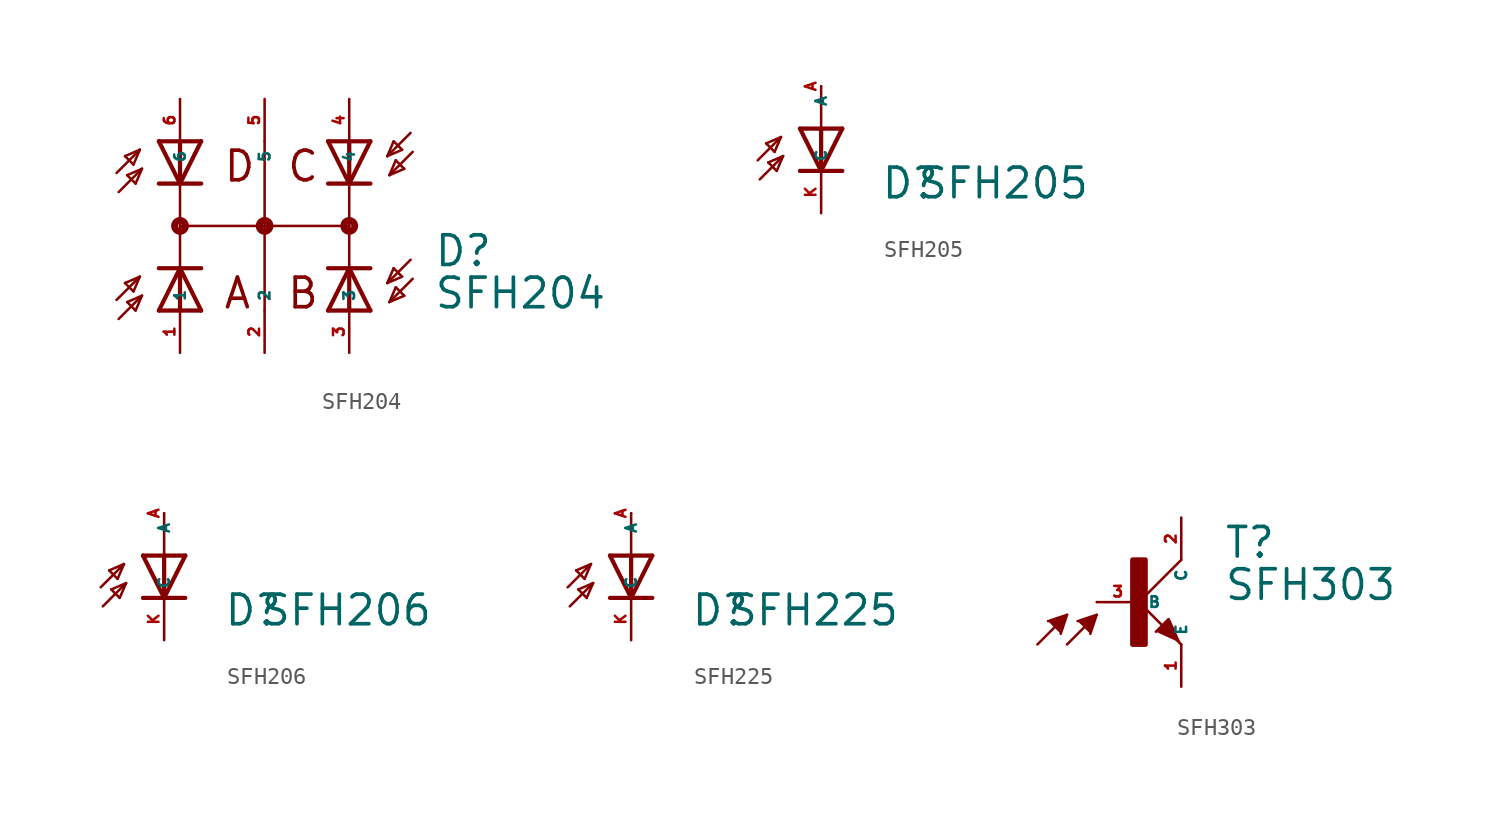
<source format=kicad_sym>
(kicad_symbol_lib
  (version 20220914)
  (generator Eagle2Kicad)
  (symbol "SFH204"
    (property "Reference" "D"
      (at 10.135 -2.54 0)
      (effects (font (size 1.778 1.778) (thickness 0.22)) (justify left bottom)))
    (property "Value" "SFH204"
      (at 10.135 -5.08 0)
      (effects (font (size 1.778 1.778) (thickness 0.22)) (justify left bottom)))
    (polyline
      (pts (xy -6.35 5.08) (xy -5.08 2.54))
      (stroke (width 0.254) (type default))
      (fill (type none)))
    (polyline
      (pts (xy -5.08 2.54) (xy -3.81 5.08))
      (stroke (width 0.254) (type default))
      (fill (type none)))
    (polyline
      (pts (xy -3.81 2.54) (xy -5.08 2.54))
      (stroke (width 0.254) (type default))
      (fill (type none)))
    (polyline
      (pts (xy -3.81 5.08) (xy -5.08 5.08))
      (stroke (width 0.254) (type default))
      (fill (type none)))
    (polyline
      (pts (xy -5.08 5.08) (xy -5.08 2.54))
      (stroke (width 0.254) (type default))
      (fill (type none)))
    (polyline
      (pts (xy -5.08 5.08) (xy -6.35 5.08))
      (stroke (width 0.254) (type default))
      (fill (type none)))
    (polyline
      (pts (xy -5.08 2.54) (xy -6.35 2.54))
      (stroke (width 0.254) (type default))
      (fill (type none)))
    (polyline
      (pts (xy -3.81 -5.08) (xy -5.08 -2.54))
      (stroke (width 0.254) (type default))
      (fill (type none)))
    (polyline
      (pts (xy -5.08 -2.54) (xy -6.35 -5.08))
      (stroke (width 0.254) (type default))
      (fill (type none)))
    (polyline
      (pts (xy -6.35 -2.54) (xy -5.08 -2.54))
      (stroke (width 0.254) (type default))
      (fill (type none)))
    (polyline
      (pts (xy -5.08 2.54) (xy -5.08 0))
      (stroke (width 0.152) (type default))
      (fill (type none)))
    (polyline
      (pts (xy -6.35 -5.08) (xy -5.08 -5.08))
      (stroke (width 0.254) (type default))
      (fill (type none)))
    (polyline
      (pts (xy -5.08 -5.08) (xy -5.08 -2.54))
      (stroke (width 0.254) (type default))
      (fill (type none)))
    (polyline
      (pts (xy -5.08 -5.08) (xy -3.81 -5.08))
      (stroke (width 0.254) (type default))
      (fill (type none)))
    (polyline
      (pts (xy -5.08 -2.54) (xy -3.81 -2.54))
      (stroke (width 0.254) (type default))
      (fill (type none)))
    (polyline
      (pts (xy -8.763 -5.588) (xy -7.366 -4.191))
      (stroke (width 0.152) (type default))
      (fill (type none)))
    (polyline
      (pts (xy -7.366 -4.191) (xy -8.255 -4.572))
      (stroke (width 0.152) (type default))
      (fill (type none)))
    (polyline
      (pts (xy -8.255 -4.572) (xy -7.747 -5.08))
      (stroke (width 0.152) (type default))
      (fill (type none)))
    (polyline
      (pts (xy -7.747 -5.08) (xy -7.366 -4.191))
      (stroke (width 0.152) (type default))
      (fill (type none)))
    (polyline
      (pts (xy -7.493 -3.048) (xy -8.382 -3.429))
      (stroke (width 0.152) (type default))
      (fill (type none)))
    (polyline
      (pts (xy -8.382 -3.429) (xy -7.874 -3.937))
      (stroke (width 0.152) (type default))
      (fill (type none)))
    (polyline
      (pts (xy -7.874 -3.937) (xy -7.493 -3.048))
      (stroke (width 0.152) (type default))
      (fill (type none)))
    (polyline
      (pts (xy -8.89 -4.445) (xy -7.493 -3.048))
      (stroke (width 0.152) (type default))
      (fill (type none)))
    (polyline
      (pts (xy -8.763 2.032) (xy -7.366 3.429))
      (stroke (width 0.152) (type default))
      (fill (type none)))
    (polyline
      (pts (xy -7.366 3.429) (xy -8.255 3.048))
      (stroke (width 0.152) (type default))
      (fill (type none)))
    (polyline
      (pts (xy -8.255 3.048) (xy -7.747 2.54))
      (stroke (width 0.152) (type default))
      (fill (type none)))
    (polyline
      (pts (xy -7.747 2.54) (xy -7.366 3.429))
      (stroke (width 0.152) (type default))
      (fill (type none)))
    (polyline
      (pts (xy -7.493 4.572) (xy -8.382 4.191))
      (stroke (width 0.152) (type default))
      (fill (type none)))
    (polyline
      (pts (xy -8.382 4.191) (xy -7.874 3.683))
      (stroke (width 0.152) (type default))
      (fill (type none)))
    (polyline
      (pts (xy -7.874 3.683) (xy -7.493 4.572))
      (stroke (width 0.152) (type default))
      (fill (type none)))
    (polyline
      (pts (xy -8.89 3.175) (xy -7.493 4.572))
      (stroke (width 0.152) (type default))
      (fill (type none)))
    (polyline
      (pts (xy 6.35 -5.08) (xy 5.08 -2.54))
      (stroke (width 0.254) (type default))
      (fill (type none)))
    (polyline
      (pts (xy 5.08 -2.54) (xy 3.81 -5.08))
      (stroke (width 0.254) (type default))
      (fill (type none)))
    (polyline
      (pts (xy 3.81 -2.54) (xy 5.08 -2.54))
      (stroke (width 0.254) (type default))
      (fill (type none)))
    (polyline
      (pts (xy 3.81 -5.08) (xy 5.08 -5.08))
      (stroke (width 0.254) (type default))
      (fill (type none)))
    (polyline
      (pts (xy 5.08 -5.08) (xy 5.08 -2.54))
      (stroke (width 0.254) (type default))
      (fill (type none)))
    (polyline
      (pts (xy 5.08 -5.08) (xy 6.35 -5.08))
      (stroke (width 0.254) (type default))
      (fill (type none)))
    (polyline
      (pts (xy 5.08 -2.54) (xy 6.35 -2.54))
      (stroke (width 0.254) (type default))
      (fill (type none)))
    (polyline
      (pts (xy 3.81 5.08) (xy 5.08 2.54))
      (stroke (width 0.254) (type default))
      (fill (type none)))
    (polyline
      (pts (xy 5.08 2.54) (xy 6.35 5.08))
      (stroke (width 0.254) (type default))
      (fill (type none)))
    (polyline
      (pts (xy 6.35 2.54) (xy 5.08 2.54))
      (stroke (width 0.254) (type default))
      (fill (type none)))
    (polyline
      (pts (xy 5.08 -2.54) (xy 5.08 0))
      (stroke (width 0.152) (type default))
      (fill (type none)))
    (polyline
      (pts (xy 6.35 5.08) (xy 5.08 5.08))
      (stroke (width 0.254) (type default))
      (fill (type none)))
    (polyline
      (pts (xy 5.08 5.08) (xy 5.08 2.54))
      (stroke (width 0.254) (type default))
      (fill (type none)))
    (polyline
      (pts (xy 5.08 5.08) (xy 3.81 5.08))
      (stroke (width 0.254) (type default))
      (fill (type none)))
    (polyline
      (pts (xy 5.08 2.54) (xy 3.81 2.54))
      (stroke (width 0.254) (type default))
      (fill (type none)))
    (polyline
      (pts (xy 8.763 5.588) (xy 7.366 4.191))
      (stroke (width 0.152) (type default))
      (fill (type none)))
    (polyline
      (pts (xy 7.366 4.191) (xy 8.255 4.572))
      (stroke (width 0.152) (type default))
      (fill (type none)))
    (polyline
      (pts (xy 8.255 4.572) (xy 7.747 5.08))
      (stroke (width 0.152) (type default))
      (fill (type none)))
    (polyline
      (pts (xy 7.747 5.08) (xy 7.366 4.191))
      (stroke (width 0.152) (type default))
      (fill (type none)))
    (polyline
      (pts (xy 7.493 3.048) (xy 8.382 3.429))
      (stroke (width 0.152) (type default))
      (fill (type none)))
    (polyline
      (pts (xy 8.382 3.429) (xy 7.874 3.937))
      (stroke (width 0.152) (type default))
      (fill (type none)))
    (polyline
      (pts (xy 7.874 3.937) (xy 7.493 3.048))
      (stroke (width 0.152) (type default))
      (fill (type none)))
    (polyline
      (pts (xy 8.89 4.445) (xy 7.493 3.048))
      (stroke (width 0.152) (type default))
      (fill (type none)))
    (polyline
      (pts (xy 8.763 -2.032) (xy 7.366 -3.429))
      (stroke (width 0.152) (type default))
      (fill (type none)))
    (polyline
      (pts (xy 7.366 -3.429) (xy 8.255 -3.048))
      (stroke (width 0.152) (type default))
      (fill (type none)))
    (polyline
      (pts (xy 8.255 -3.048) (xy 7.747 -2.54))
      (stroke (width 0.152) (type default))
      (fill (type none)))
    (polyline
      (pts (xy 7.747 -2.54) (xy 7.366 -3.429))
      (stroke (width 0.152) (type default))
      (fill (type none)))
    (polyline
      (pts (xy 7.493 -4.572) (xy 8.382 -4.191))
      (stroke (width 0.152) (type default))
      (fill (type none)))
    (polyline
      (pts (xy 8.382 -4.191) (xy 7.874 -3.683))
      (stroke (width 0.152) (type default))
      (fill (type none)))
    (polyline
      (pts (xy 7.874 -3.683) (xy 7.493 -4.572))
      (stroke (width 0.152) (type default))
      (fill (type none)))
    (polyline
      (pts (xy 8.89 -3.175) (xy 7.493 -4.572))
      (stroke (width 0.152) (type default))
      (fill (type none)))
    (polyline
      (pts (xy 5.08 0) (xy -5.08 0))
      (stroke (width 0.152) (type default))
      (fill (type none)))
    (polyline
      (pts (xy 5.08 0) (xy 5.08 2.54))
      (stroke (width 0.152) (type default))
      (fill (type none)))
    (polyline
      (pts (xy -5.08 0) (xy -5.08 -2.54))
      (stroke (width 0.152) (type default))
      (fill (type none)))
    (polyline
      (pts (xy 0 5.08) (xy 0 -5.08))
      (stroke (width 0.152) (type default))
      (fill (type none)))
    (text "A"
      (at -2.54 -5.08 0)
      (effects (font (size 1.778 1.778) (thickness 0.22)) (justify left bottom)))
    (text "B"
      (at 1.27 -5.08 0)
      (effects (font (size 1.778 1.778) (thickness 0.22)) (justify left bottom)))
    (text "C"
      (at 1.27 2.54 0)
      (effects (font (size 1.778 1.778) (thickness 0.22)) (justify left bottom)))
    (text "D"
      (at -2.54 2.54 0)
      (effects (font (size 1.778 1.778) (thickness 0.22)) (justify left bottom)))
    (circle
      (center -5.08 0)
      (radius 0.127)
      (stroke (width 0.406) (type default))
      (fill (type none)))
    (circle
      (center 5.08 0)
      (radius 0.127)
      (stroke (width 0.406) (type default))
      (fill (type none)))
    (circle
      (center 0 0)
      (radius 0.127)
      (stroke (width 0.406) (type default))
      (fill (type none)))
    (pin passive line
      (at -5.08 7.62 270)
      (length 2.54)
      (name "6" (effects (font (size 0.635 0.635) (thickness 0.08)) (justify left bottom)))
      (number "6" (effects (font (size 0.635 0.635) (thickness 0.08)) (justify left bottom))))
    (pin passive line
      (at -5.08 -7.62 90)
      (length 2.54)
      (name "1" (effects (font (size 0.635 0.635) (thickness 0.08)) (justify left bottom)))
      (number "1" (effects (font (size 0.635 0.635) (thickness 0.08)) (justify left bottom))))
    (pin passive line
      (at 0 7.62 270)
      (length 2.54)
      (name "5" (effects (font (size 0.635 0.635) (thickness 0.08)) (justify left bottom)))
      (number "5" (effects (font (size 0.635 0.635) (thickness 0.08)) (justify left bottom))))
    (pin passive line
      (at 5.08 -7.62 90)
      (length 2.54)
      (name "3" (effects (font (size 0.635 0.635) (thickness 0.08)) (justify left bottom)))
      (number "3" (effects (font (size 0.635 0.635) (thickness 0.08)) (justify left bottom))))
    (pin passive line
      (at 5.08 7.62 270)
      (length 2.54)
      (name "4" (effects (font (size 0.635 0.635) (thickness 0.08)) (justify left bottom)))
      (number "4" (effects (font (size 0.635 0.635) (thickness 0.08)) (justify left bottom))))
    (pin passive line
      (at 0 -7.62 90)
      (length 2.54)
      (name "2" (effects (font (size 0.635 0.635) (thickness 0.08)) (justify left bottom)))
      (number "2" (effects (font (size 0.635 0.635) (thickness 0.08)) (justify left bottom)))))
  (symbol "SFH205"
    (property "Reference" "D"
      (at 3.556 -4.318 0)
      (effects (font (size 1.778 1.778) (thickness 0.22)) (justify left bottom)))
    (property "Value" "SFH205"
      (at 5.715 -4.318 0)
      (effects (font (size 1.778 1.778) (thickness 0.22)) (justify left bottom)))
    (polyline
      (pts (xy 1.27 0) (xy 0 -2.54))
      (stroke (width 0.254) (type default))
      (fill (type none)))
    (polyline
      (pts (xy 0 -2.54) (xy -1.27 0))
      (stroke (width 0.254) (type default))
      (fill (type none)))
    (polyline
      (pts (xy 1.27 -2.54) (xy 0 -2.54))
      (stroke (width 0.254) (type default))
      (fill (type none)))
    (polyline
      (pts (xy 0 -2.54) (xy -1.27 -2.54))
      (stroke (width 0.254) (type default))
      (fill (type none)))
    (polyline
      (pts (xy 1.27 0) (xy 0 0))
      (stroke (width 0.254) (type default))
      (fill (type none)))
    (polyline
      (pts (xy 0 2.54) (xy 0 0))
      (stroke (width 0.152) (type default))
      (fill (type none)))
    (polyline
      (pts (xy 0 0) (xy -1.27 0))
      (stroke (width 0.254) (type default))
      (fill (type none)))
    (polyline
      (pts (xy 0 0) (xy 0 -2.54))
      (stroke (width 0.254) (type default))
      (fill (type none)))
    (polyline
      (pts (xy -3.683 -3.048) (xy -2.286 -1.651))
      (stroke (width 0.152) (type default))
      (fill (type none)))
    (polyline
      (pts (xy -2.286 -1.651) (xy -3.175 -2.032))
      (stroke (width 0.152) (type default))
      (fill (type none)))
    (polyline
      (pts (xy -3.175 -2.032) (xy -2.667 -2.54))
      (stroke (width 0.152) (type default))
      (fill (type none)))
    (polyline
      (pts (xy -2.667 -2.54) (xy -2.286 -1.651))
      (stroke (width 0.152) (type default))
      (fill (type none)))
    (polyline
      (pts (xy -2.413 -0.508) (xy -3.302 -0.889))
      (stroke (width 0.152) (type default))
      (fill (type none)))
    (polyline
      (pts (xy -3.302 -0.889) (xy -2.794 -1.397))
      (stroke (width 0.152) (type default))
      (fill (type none)))
    (polyline
      (pts (xy -2.794 -1.397) (xy -2.413 -0.508))
      (stroke (width 0.152) (type default))
      (fill (type none)))
    (polyline
      (pts (xy -3.81 -1.905) (xy -2.413 -0.508))
      (stroke (width 0.152) (type default))
      (fill (type none)))
    (pin passive line
      (at 0 -5.08 90)
      (length 2.54)
      (name "C" (effects (font (size 0.635 0.635) (thickness 0.08)) (justify left bottom)))
      (number "K" (effects (font (size 0.635 0.635) (thickness 0.08)) (justify left bottom))))
    (pin passive line
      (at 0 2.54 270)
      (length 0)
      (name "A" (effects (font (size 0.635 0.635) (thickness 0.08)) (justify left bottom)))
      (number "A" (effects (font (size 0.635 0.635) (thickness 0.08)) (justify left bottom)))))
  (symbol "SFH206"
    (property "Reference" "D"
      (at 3.556 -4.318 0)
      (effects (font (size 1.778 1.778) (thickness 0.22)) (justify left bottom)))
    (property "Value" "SFH206"
      (at 5.715 -4.318 0)
      (effects (font (size 1.778 1.778) (thickness 0.22)) (justify left bottom)))
    (polyline
      (pts (xy 1.27 0) (xy 0 -2.54))
      (stroke (width 0.254) (type default))
      (fill (type none)))
    (polyline
      (pts (xy 0 -2.54) (xy -1.27 0))
      (stroke (width 0.254) (type default))
      (fill (type none)))
    (polyline
      (pts (xy 1.27 -2.54) (xy 0 -2.54))
      (stroke (width 0.254) (type default))
      (fill (type none)))
    (polyline
      (pts (xy 0 -2.54) (xy -1.27 -2.54))
      (stroke (width 0.254) (type default))
      (fill (type none)))
    (polyline
      (pts (xy 1.27 0) (xy 0 0))
      (stroke (width 0.254) (type default))
      (fill (type none)))
    (polyline
      (pts (xy 0 2.54) (xy 0 0))
      (stroke (width 0.152) (type default))
      (fill (type none)))
    (polyline
      (pts (xy 0 0) (xy -1.27 0))
      (stroke (width 0.254) (type default))
      (fill (type none)))
    (polyline
      (pts (xy 0 0) (xy 0 -2.54))
      (stroke (width 0.254) (type default))
      (fill (type none)))
    (polyline
      (pts (xy -3.683 -3.048) (xy -2.286 -1.651))
      (stroke (width 0.152) (type default))
      (fill (type none)))
    (polyline
      (pts (xy -2.286 -1.651) (xy -3.175 -2.032))
      (stroke (width 0.152) (type default))
      (fill (type none)))
    (polyline
      (pts (xy -3.175 -2.032) (xy -2.667 -2.54))
      (stroke (width 0.152) (type default))
      (fill (type none)))
    (polyline
      (pts (xy -2.667 -2.54) (xy -2.286 -1.651))
      (stroke (width 0.152) (type default))
      (fill (type none)))
    (polyline
      (pts (xy -2.413 -0.508) (xy -3.302 -0.889))
      (stroke (width 0.152) (type default))
      (fill (type none)))
    (polyline
      (pts (xy -3.302 -0.889) (xy -2.794 -1.397))
      (stroke (width 0.152) (type default))
      (fill (type none)))
    (polyline
      (pts (xy -2.794 -1.397) (xy -2.413 -0.508))
      (stroke (width 0.152) (type default))
      (fill (type none)))
    (polyline
      (pts (xy -3.81 -1.905) (xy -2.413 -0.508))
      (stroke (width 0.152) (type default))
      (fill (type none)))
    (pin passive line
      (at 0 -5.08 90)
      (length 2.54)
      (name "C" (effects (font (size 0.635 0.635) (thickness 0.08)) (justify left bottom)))
      (number "K" (effects (font (size 0.635 0.635) (thickness 0.08)) (justify left bottom))))
    (pin passive line
      (at 0 2.54 270)
      (length 0)
      (name "A" (effects (font (size 0.635 0.635) (thickness 0.08)) (justify left bottom)))
      (number "A" (effects (font (size 0.635 0.635) (thickness 0.08)) (justify left bottom)))))
  (symbol "SFH225"
    (property "Reference" "D"
      (at 3.556 -4.318 0)
      (effects (font (size 1.778 1.778) (thickness 0.22)) (justify left bottom)))
    (property "Value" "SFH225"
      (at 5.715 -4.318 0)
      (effects (font (size 1.778 1.778) (thickness 0.22)) (justify left bottom)))
    (polyline
      (pts (xy 1.27 0) (xy 0 -2.54))
      (stroke (width 0.254) (type default))
      (fill (type none)))
    (polyline
      (pts (xy 0 -2.54) (xy -1.27 0))
      (stroke (width 0.254) (type default))
      (fill (type none)))
    (polyline
      (pts (xy 1.27 -2.54) (xy 0 -2.54))
      (stroke (width 0.254) (type default))
      (fill (type none)))
    (polyline
      (pts (xy 0 -2.54) (xy -1.27 -2.54))
      (stroke (width 0.254) (type default))
      (fill (type none)))
    (polyline
      (pts (xy 1.27 0) (xy 0 0))
      (stroke (width 0.254) (type default))
      (fill (type none)))
    (polyline
      (pts (xy 0 2.54) (xy 0 0))
      (stroke (width 0.152) (type default))
      (fill (type none)))
    (polyline
      (pts (xy 0 0) (xy -1.27 0))
      (stroke (width 0.254) (type default))
      (fill (type none)))
    (polyline
      (pts (xy 0 0) (xy 0 -2.54))
      (stroke (width 0.254) (type default))
      (fill (type none)))
    (polyline
      (pts (xy -3.683 -3.048) (xy -2.286 -1.651))
      (stroke (width 0.152) (type default))
      (fill (type none)))
    (polyline
      (pts (xy -2.286 -1.651) (xy -3.175 -2.032))
      (stroke (width 0.152) (type default))
      (fill (type none)))
    (polyline
      (pts (xy -3.175 -2.032) (xy -2.667 -2.54))
      (stroke (width 0.152) (type default))
      (fill (type none)))
    (polyline
      (pts (xy -2.667 -2.54) (xy -2.286 -1.651))
      (stroke (width 0.152) (type default))
      (fill (type none)))
    (polyline
      (pts (xy -2.413 -0.508) (xy -3.302 -0.889))
      (stroke (width 0.152) (type default))
      (fill (type none)))
    (polyline
      (pts (xy -3.302 -0.889) (xy -2.794 -1.397))
      (stroke (width 0.152) (type default))
      (fill (type none)))
    (polyline
      (pts (xy -2.794 -1.397) (xy -2.413 -0.508))
      (stroke (width 0.152) (type default))
      (fill (type none)))
    (polyline
      (pts (xy -3.81 -1.905) (xy -2.413 -0.508))
      (stroke (width 0.152) (type default))
      (fill (type none)))
    (pin passive line
      (at 0 -5.08 90)
      (length 2.54)
      (name "C" (effects (font (size 0.635 0.635) (thickness 0.08)) (justify left bottom)))
      (number "K" (effects (font (size 0.635 0.635) (thickness 0.08)) (justify left bottom))))
    (pin passive line
      (at 0 2.54 270)
      (length 0)
      (name "A" (effects (font (size 0.635 0.635) (thickness 0.08)) (justify left bottom)))
      (number "A" (effects (font (size 0.635 0.635) (thickness 0.08)) (justify left bottom)))))
  (symbol "SFH303"
    (property "Reference" "T"
      (at 5.08 2.54 0)
      (effects (font (size 1.778 1.778) (thickness 0.22)) (justify left bottom)))
    (property "Value" "SFH303"
      (at 5.08 0 0)
      (effects (font (size 1.778 1.778) (thickness 0.22)) (justify left bottom)))
    (polyline
      (pts (xy -5.461 -1.143) (xy -4.318 -0.762) (xy -4.699 -1.905))
      (stroke (width 0.152) (type default))
      (fill (type outline)))
    (polyline
      (pts (xy -3.683 -1.143) (xy -2.54 -0.762) (xy -2.921 -1.905))
      (stroke (width 0.152) (type default))
      (fill (type outline)))
    (polyline
      (pts (xy 2.413 -2.413) (xy 1.778 -1.016) (xy 1.016 -1.778))
      (stroke (width 0.152) (type default))
      (fill (type outline)))
    (polyline
      (pts (xy -4.318 -2.54) (xy -2.54 -0.762))
      (stroke (width 0.152) (type default))
      (fill (type none)))
    (polyline
      (pts (xy -6.096 -2.54) (xy -4.318 -0.762))
      (stroke (width 0.152) (type default))
      (fill (type none)))
    (polyline
      (pts (xy 2.54 2.54) (xy 0 0))
      (stroke (width 0.152) (type default))
      (fill (type none)))
    (polyline
      (pts (xy 0 0) (xy 2.286 -2.286))
      (stroke (width 0.152) (type default))
      (fill (type none)))
    (polyline
      (pts (xy 2.286 -2.286) (xy 2.54 -2.54))
      (stroke (width 0.152) (type default))
      (fill (type none)))
    (rectangle
      (start -0.381 -2.54)
      (end 0.381 2.54)
      (stroke (width 0.3) (type default))
      (fill (type outline)))
    (pin passive line
      (at -2.54 0 0)
      (length 2.54)
      (name "B" (effects (font (size 0.635 0.635) (thickness 0.08)) (justify left bottom)))
      (number "3" (effects (font (size 0.635 0.635) (thickness 0.08)) (justify left bottom))))
    (pin passive line
      (at 2.54 -5.08 90)
      (length 2.54)
      (name "E" (effects (font (size 0.635 0.635) (thickness 0.08)) (justify left bottom)))
      (number "1" (effects (font (size 0.635 0.635) (thickness 0.08)) (justify left bottom))))
    (pin passive line
      (at 2.54 5.08 270)
      (length 2.54)
      (name "C" (effects (font (size 0.635 0.635) (thickness 0.08)) (justify left bottom)))
      (number "2" (effects (font (size 0.635 0.635) (thickness 0.08)) (justify left bottom))))))
</source>
